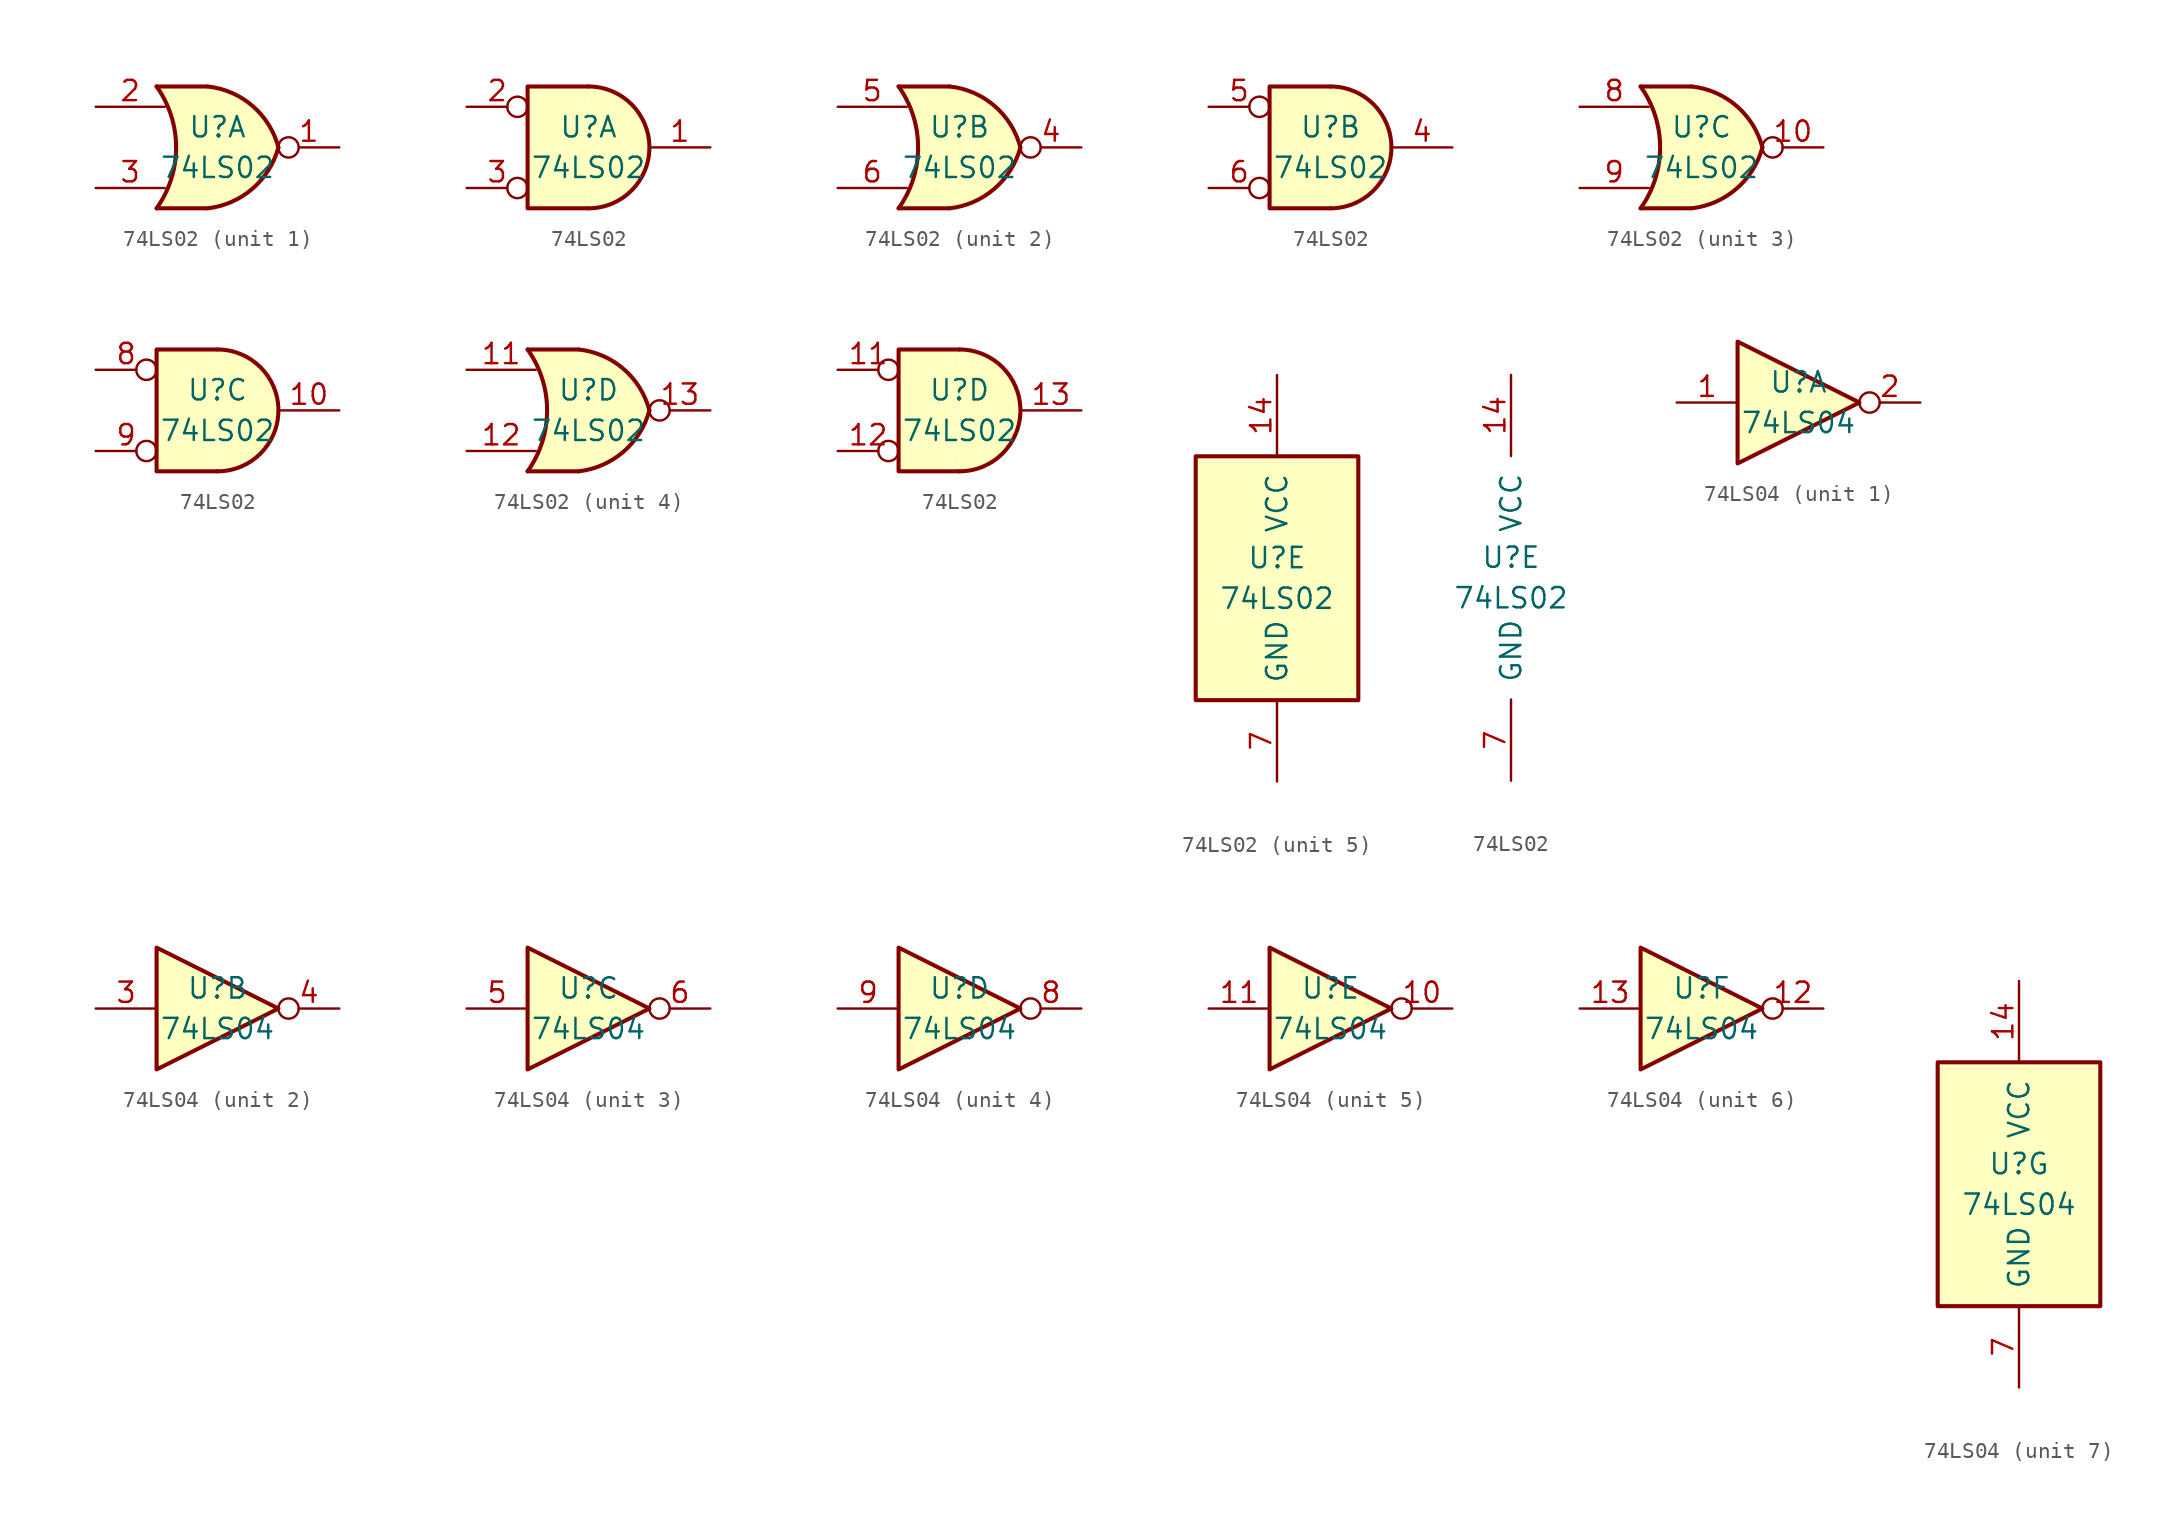
<source format=kicad_sym>
(kicad_symbol_lib
  (version 20211014)
  (generator kicad_symbol_editor)
  (symbol "74LS02"
    (pin_names
      (offset 1.016))
    (property "Reference" "U"
      (at 0 1.27 0)
      (effects (font (size 1.27 1.27))))
    (property "Value" "74LS02"
      (at 0 -1.27 0)
      (effects (font (size 1.27 1.27))))
    (property "ki_locked" ""
      (at 0 0 0)
      (effects (font (size 1.27 1.27))))
    (symbol "74LS02_1_1"
      (arc (start -3.81 -3.81) (mid -2.589 0) (end -3.81 3.81) (stroke (width 0.254) (type default) (color 0 0 0 0)) (fill (type none)))
      (arc (start -0.6096 -3.81) (mid 2.1855 -2.584) (end 3.81 0) (stroke (width 0.254) (type default) (color 0 0 0 0)) (fill (type background)))
      (polyline (pts (xy -3.81 -3.81) (xy -0.635 -3.81)) (stroke (width 0.254) (type default) (color 0 0 0 0)) (fill (type background)))
      (polyline (pts (xy -3.81 3.81) (xy -0.635 3.81)) (stroke (width 0.254) (type default) (color 0 0 0 0)) (fill (type background)))
      (polyline (pts (xy -0.635 3.81) (xy -3.81 3.81) (xy -3.81 3.81) (xy -3.556 3.404) (xy -3.023 2.261) (xy -2.692 1.041) (xy -2.616 -0.254) (xy -2.769 -1.499) (xy -3.175 -2.718) (xy -3.81 -3.81) (xy -3.81 -3.81) (xy -0.635 -3.81)) (stroke (width -25.4) (type default) (color 0 0 0 0)) (fill (type background)))
      (arc (start 3.81 0) (mid 2.1928 2.5925) (end -0.6096 3.81) (stroke (width 0.254) (type default) (color 0 0 0 0)) (fill (type background)))
      (pin output inverted (at 7.62 0 180) (length 3.81) (name "~" (effects (font (size 1.27 1.27)))) (number "1" (effects (font (size 1.27 1.27)))))
      (pin input line (at -7.62 2.54 0) (length 4.318) (name "~" (effects (font (size 1.27 1.27)))) (number "2" (effects (font (size 1.27 1.27)))))
      (pin input line (at -7.62 -2.54 0) (length 4.318) (name "~" (effects (font (size 1.27 1.27)))) (number "3" (effects (font (size 1.27 1.27))))))
    (symbol "74LS02_1_2"
      (arc (start 0 -3.81) (mid 3.81 0) (end 0 3.81) (stroke (width 0.254) (type default) (color 0 0 0 0)) (fill (type background)))
      (polyline (pts (xy 0 3.81) (xy -3.81 3.81) (xy -3.81 -3.81) (xy 0 -3.81)) (stroke (width 0.254) (type default) (color 0 0 0 0)) (fill (type background)))
      (pin output line (at 7.62 0 180) (length 3.81) (name "~" (effects (font (size 1.27 1.27)))) (number "1" (effects (font (size 1.27 1.27)))))
      (pin input inverted (at -7.62 2.54 0) (length 3.81) (name "~" (effects (font (size 1.27 1.27)))) (number "2" (effects (font (size 1.27 1.27)))))
      (pin input inverted (at -7.62 -2.54 0) (length 3.81) (name "~" (effects (font (size 1.27 1.27)))) (number "3" (effects (font (size 1.27 1.27))))))
    (symbol "74LS02_2_1"
      (arc (start -3.81 -3.81) (mid -2.589 0) (end -3.81 3.81) (stroke (width 0.254) (type default) (color 0 0 0 0)) (fill (type none)))
      (arc (start -0.6096 -3.81) (mid 2.1855 -2.584) (end 3.81 0) (stroke (width 0.254) (type default) (color 0 0 0 0)) (fill (type background)))
      (polyline (pts (xy -3.81 -3.81) (xy -0.635 -3.81)) (stroke (width 0.254) (type default) (color 0 0 0 0)) (fill (type background)))
      (polyline (pts (xy -3.81 3.81) (xy -0.635 3.81)) (stroke (width 0.254) (type default) (color 0 0 0 0)) (fill (type background)))
      (polyline (pts (xy -0.635 3.81) (xy -3.81 3.81) (xy -3.81 3.81) (xy -3.556 3.404) (xy -3.023 2.261) (xy -2.692 1.041) (xy -2.616 -0.254) (xy -2.769 -1.499) (xy -3.175 -2.718) (xy -3.81 -3.81) (xy -3.81 -3.81) (xy -0.635 -3.81)) (stroke (width -25.4) (type default) (color 0 0 0 0)) (fill (type background)))
      (arc (start 3.81 0) (mid 2.1928 2.5925) (end -0.6096 3.81) (stroke (width 0.254) (type default) (color 0 0 0 0)) (fill (type background)))
      (pin output inverted (at 7.62 0 180) (length 3.81) (name "~" (effects (font (size 1.27 1.27)))) (number "4" (effects (font (size 1.27 1.27)))))
      (pin input line (at -7.62 2.54 0) (length 4.318) (name "~" (effects (font (size 1.27 1.27)))) (number "5" (effects (font (size 1.27 1.27)))))
      (pin input line (at -7.62 -2.54 0) (length 4.318) (name "~" (effects (font (size 1.27 1.27)))) (number "6" (effects (font (size 1.27 1.27))))))
    (symbol "74LS02_2_2"
      (arc (start 0 -3.81) (mid 3.81 0) (end 0 3.81) (stroke (width 0.254) (type default) (color 0 0 0 0)) (fill (type background)))
      (polyline (pts (xy 0 3.81) (xy -3.81 3.81) (xy -3.81 -3.81) (xy 0 -3.81)) (stroke (width 0.254) (type default) (color 0 0 0 0)) (fill (type background)))
      (pin output line (at 7.62 0 180) (length 3.81) (name "~" (effects (font (size 1.27 1.27)))) (number "4" (effects (font (size 1.27 1.27)))))
      (pin input inverted (at -7.62 2.54 0) (length 3.81) (name "~" (effects (font (size 1.27 1.27)))) (number "5" (effects (font (size 1.27 1.27)))))
      (pin input inverted (at -7.62 -2.54 0) (length 3.81) (name "~" (effects (font (size 1.27 1.27)))) (number "6" (effects (font (size 1.27 1.27))))))
    (symbol "74LS02_3_1"
      (arc (start -3.81 -3.81) (mid -2.589 0) (end -3.81 3.81) (stroke (width 0.254) (type default) (color 0 0 0 0)) (fill (type none)))
      (arc (start -0.6096 -3.81) (mid 2.1855 -2.584) (end 3.81 0) (stroke (width 0.254) (type default) (color 0 0 0 0)) (fill (type background)))
      (polyline (pts (xy -3.81 -3.81) (xy -0.635 -3.81)) (stroke (width 0.254) (type default) (color 0 0 0 0)) (fill (type background)))
      (polyline (pts (xy -3.81 3.81) (xy -0.635 3.81)) (stroke (width 0.254) (type default) (color 0 0 0 0)) (fill (type background)))
      (polyline (pts (xy -0.635 3.81) (xy -3.81 3.81) (xy -3.81 3.81) (xy -3.556 3.404) (xy -3.023 2.261) (xy -2.692 1.041) (xy -2.616 -0.254) (xy -2.769 -1.499) (xy -3.175 -2.718) (xy -3.81 -3.81) (xy -3.81 -3.81) (xy -0.635 -3.81)) (stroke (width -25.4) (type default) (color 0 0 0 0)) (fill (type background)))
      (arc (start 3.81 0) (mid 2.1928 2.5925) (end -0.6096 3.81) (stroke (width 0.254) (type default) (color 0 0 0 0)) (fill (type background)))
      (pin output inverted (at 7.62 0 180) (length 3.81) (name "~" (effects (font (size 1.27 1.27)))) (number "10" (effects (font (size 1.27 1.27)))))
      (pin input line (at -7.62 2.54 0) (length 4.318) (name "~" (effects (font (size 1.27 1.27)))) (number "8" (effects (font (size 1.27 1.27)))))
      (pin input line (at -7.62 -2.54 0) (length 4.318) (name "~" (effects (font (size 1.27 1.27)))) (number "9" (effects (font (size 1.27 1.27))))))
    (symbol "74LS02_3_2"
      (arc (start 0 -3.81) (mid 3.81 0) (end 0 3.81) (stroke (width 0.254) (type default) (color 0 0 0 0)) (fill (type background)))
      (polyline (pts (xy 0 3.81) (xy -3.81 3.81) (xy -3.81 -3.81) (xy 0 -3.81)) (stroke (width 0.254) (type default) (color 0 0 0 0)) (fill (type background)))
      (pin output line (at 7.62 0 180) (length 3.81) (name "~" (effects (font (size 1.27 1.27)))) (number "10" (effects (font (size 1.27 1.27)))))
      (pin input inverted (at -7.62 2.54 0) (length 3.81) (name "~" (effects (font (size 1.27 1.27)))) (number "8" (effects (font (size 1.27 1.27)))))
      (pin input inverted (at -7.62 -2.54 0) (length 3.81) (name "~" (effects (font (size 1.27 1.27)))) (number "9" (effects (font (size 1.27 1.27))))))
    (symbol "74LS02_4_1"
      (arc (start -3.81 -3.81) (mid -2.589 0) (end -3.81 3.81) (stroke (width 0.254) (type default) (color 0 0 0 0)) (fill (type none)))
      (arc (start -0.6096 -3.81) (mid 2.1855 -2.584) (end 3.81 0) (stroke (width 0.254) (type default) (color 0 0 0 0)) (fill (type background)))
      (polyline (pts (xy -3.81 -3.81) (xy -0.635 -3.81)) (stroke (width 0.254) (type default) (color 0 0 0 0)) (fill (type background)))
      (polyline (pts (xy -3.81 3.81) (xy -0.635 3.81)) (stroke (width 0.254) (type default) (color 0 0 0 0)) (fill (type background)))
      (polyline (pts (xy -0.635 3.81) (xy -3.81 3.81) (xy -3.81 3.81) (xy -3.556 3.404) (xy -3.023 2.261) (xy -2.692 1.041) (xy -2.616 -0.254) (xy -2.769 -1.499) (xy -3.175 -2.718) (xy -3.81 -3.81) (xy -3.81 -3.81) (xy -0.635 -3.81)) (stroke (width -25.4) (type default) (color 0 0 0 0)) (fill (type background)))
      (arc (start 3.81 0) (mid 2.1928 2.5925) (end -0.6096 3.81) (stroke (width 0.254) (type default) (color 0 0 0 0)) (fill (type background)))
      (pin input line (at -7.62 2.54 0) (length 4.318) (name "~" (effects (font (size 1.27 1.27)))) (number "11" (effects (font (size 1.27 1.27)))))
      (pin input line (at -7.62 -2.54 0) (length 4.318) (name "~" (effects (font (size 1.27 1.27)))) (number "12" (effects (font (size 1.27 1.27)))))
      (pin output inverted (at 7.62 0 180) (length 3.81) (name "~" (effects (font (size 1.27 1.27)))) (number "13" (effects (font (size 1.27 1.27))))))
    (symbol "74LS02_4_2"
      (arc (start 0 -3.81) (mid 3.81 0) (end 0 3.81) (stroke (width 0.254) (type default) (color 0 0 0 0)) (fill (type background)))
      (polyline (pts (xy 0 3.81) (xy -3.81 3.81) (xy -3.81 -3.81) (xy 0 -3.81)) (stroke (width 0.254) (type default) (color 0 0 0 0)) (fill (type background)))
      (pin input inverted (at -7.62 2.54 0) (length 3.81) (name "~" (effects (font (size 1.27 1.27)))) (number "11" (effects (font (size 1.27 1.27)))))
      (pin input inverted (at -7.62 -2.54 0) (length 3.81) (name "~" (effects (font (size 1.27 1.27)))) (number "12" (effects (font (size 1.27 1.27)))))
      (pin output line (at 7.62 0 180) (length 3.81) (name "~" (effects (font (size 1.27 1.27)))) (number "13" (effects (font (size 1.27 1.27))))))
    (symbol "74LS02_5_0"
      (pin power_in line (at 0 12.7 270) (length 5.08) (name "VCC" (effects (font (size 1.27 1.27)))) (number "14" (effects (font (size 1.27 1.27)))))
      (pin power_in line (at 0 -12.7 90) (length 5.08) (name "GND" (effects (font (size 1.27 1.27)))) (number "7" (effects (font (size 1.27 1.27))))))
    (symbol "74LS02_5_1"
      (rectangle (start -5.08 7.62) (end 5.08 -7.62) (stroke (width 0.254) (type default) (color 0 0 0 0)) (fill (type background)))))
  (symbol "74LS04"
    (pin_names
      (offset 1.016))
    (property "Reference" "U"
      (at 0 1.27 0)
      (effects (font (size 1.27 1.27))))
    (property "Value" "74LS04"
      (at 0 -1.27 0)
      (effects (font (size 1.27 1.27))))
    (property "ki_locked" ""
      (at 0 0 0)
      (effects (font (size 1.27 1.27))))
    (symbol "74LS04_1_0"
      (polyline (pts (xy -3.81 3.81) (xy -3.81 -3.81) (xy 3.81 0) (xy -3.81 3.81)) (stroke (width 0.254) (type default) (color 0 0 0 0)) (fill (type background)))
      (pin input line (at -7.62 0 0) (length 3.81) (name "~" (effects (font (size 1.27 1.27)))) (number "1" (effects (font (size 1.27 1.27)))))
      (pin output inverted (at 7.62 0 180) (length 3.81) (name "~" (effects (font (size 1.27 1.27)))) (number "2" (effects (font (size 1.27 1.27))))))
    (symbol "74LS04_2_0"
      (polyline (pts (xy -3.81 3.81) (xy -3.81 -3.81) (xy 3.81 0) (xy -3.81 3.81)) (stroke (width 0.254) (type default) (color 0 0 0 0)) (fill (type background)))
      (pin input line (at -7.62 0 0) (length 3.81) (name "~" (effects (font (size 1.27 1.27)))) (number "3" (effects (font (size 1.27 1.27)))))
      (pin output inverted (at 7.62 0 180) (length 3.81) (name "~" (effects (font (size 1.27 1.27)))) (number "4" (effects (font (size 1.27 1.27))))))
    (symbol "74LS04_3_0"
      (polyline (pts (xy -3.81 3.81) (xy -3.81 -3.81) (xy 3.81 0) (xy -3.81 3.81)) (stroke (width 0.254) (type default) (color 0 0 0 0)) (fill (type background)))
      (pin input line (at -7.62 0 0) (length 3.81) (name "~" (effects (font (size 1.27 1.27)))) (number "5" (effects (font (size 1.27 1.27)))))
      (pin output inverted (at 7.62 0 180) (length 3.81) (name "~" (effects (font (size 1.27 1.27)))) (number "6" (effects (font (size 1.27 1.27))))))
    (symbol "74LS04_4_0"
      (polyline (pts (xy -3.81 3.81) (xy -3.81 -3.81) (xy 3.81 0) (xy -3.81 3.81)) (stroke (width 0.254) (type default) (color 0 0 0 0)) (fill (type background)))
      (pin output inverted (at 7.62 0 180) (length 3.81) (name "~" (effects (font (size 1.27 1.27)))) (number "8" (effects (font (size 1.27 1.27)))))
      (pin input line (at -7.62 0 0) (length 3.81) (name "~" (effects (font (size 1.27 1.27)))) (number "9" (effects (font (size 1.27 1.27))))))
    (symbol "74LS04_5_0"
      (polyline (pts (xy -3.81 3.81) (xy -3.81 -3.81) (xy 3.81 0) (xy -3.81 3.81)) (stroke (width 0.254) (type default) (color 0 0 0 0)) (fill (type background)))
      (pin output inverted (at 7.62 0 180) (length 3.81) (name "~" (effects (font (size 1.27 1.27)))) (number "10" (effects (font (size 1.27 1.27)))))
      (pin input line (at -7.62 0 0) (length 3.81) (name "~" (effects (font (size 1.27 1.27)))) (number "11" (effects (font (size 1.27 1.27))))))
    (symbol "74LS04_6_0"
      (polyline (pts (xy -3.81 3.81) (xy -3.81 -3.81) (xy 3.81 0) (xy -3.81 3.81)) (stroke (width 0.254) (type default) (color 0 0 0 0)) (fill (type background)))
      (pin output inverted (at 7.62 0 180) (length 3.81) (name "~" (effects (font (size 1.27 1.27)))) (number "12" (effects (font (size 1.27 1.27)))))
      (pin input line (at -7.62 0 0) (length 3.81) (name "~" (effects (font (size 1.27 1.27)))) (number "13" (effects (font (size 1.27 1.27))))))
    (symbol "74LS04_7_0"
      (pin power_in line (at 0 12.7 270) (length 5.08) (name "VCC" (effects (font (size 1.27 1.27)))) (number "14" (effects (font (size 1.27 1.27)))))
      (pin power_in line (at 0 -12.7 90) (length 5.08) (name "GND" (effects (font (size 1.27 1.27)))) (number "7" (effects (font (size 1.27 1.27))))))
    (symbol "74LS04_7_1"
      (rectangle (start -5.08 7.62) (end 5.08 -7.62) (stroke (width 0.254) (type default) (color 0 0 0 0)) (fill (type background))))))
</source>
